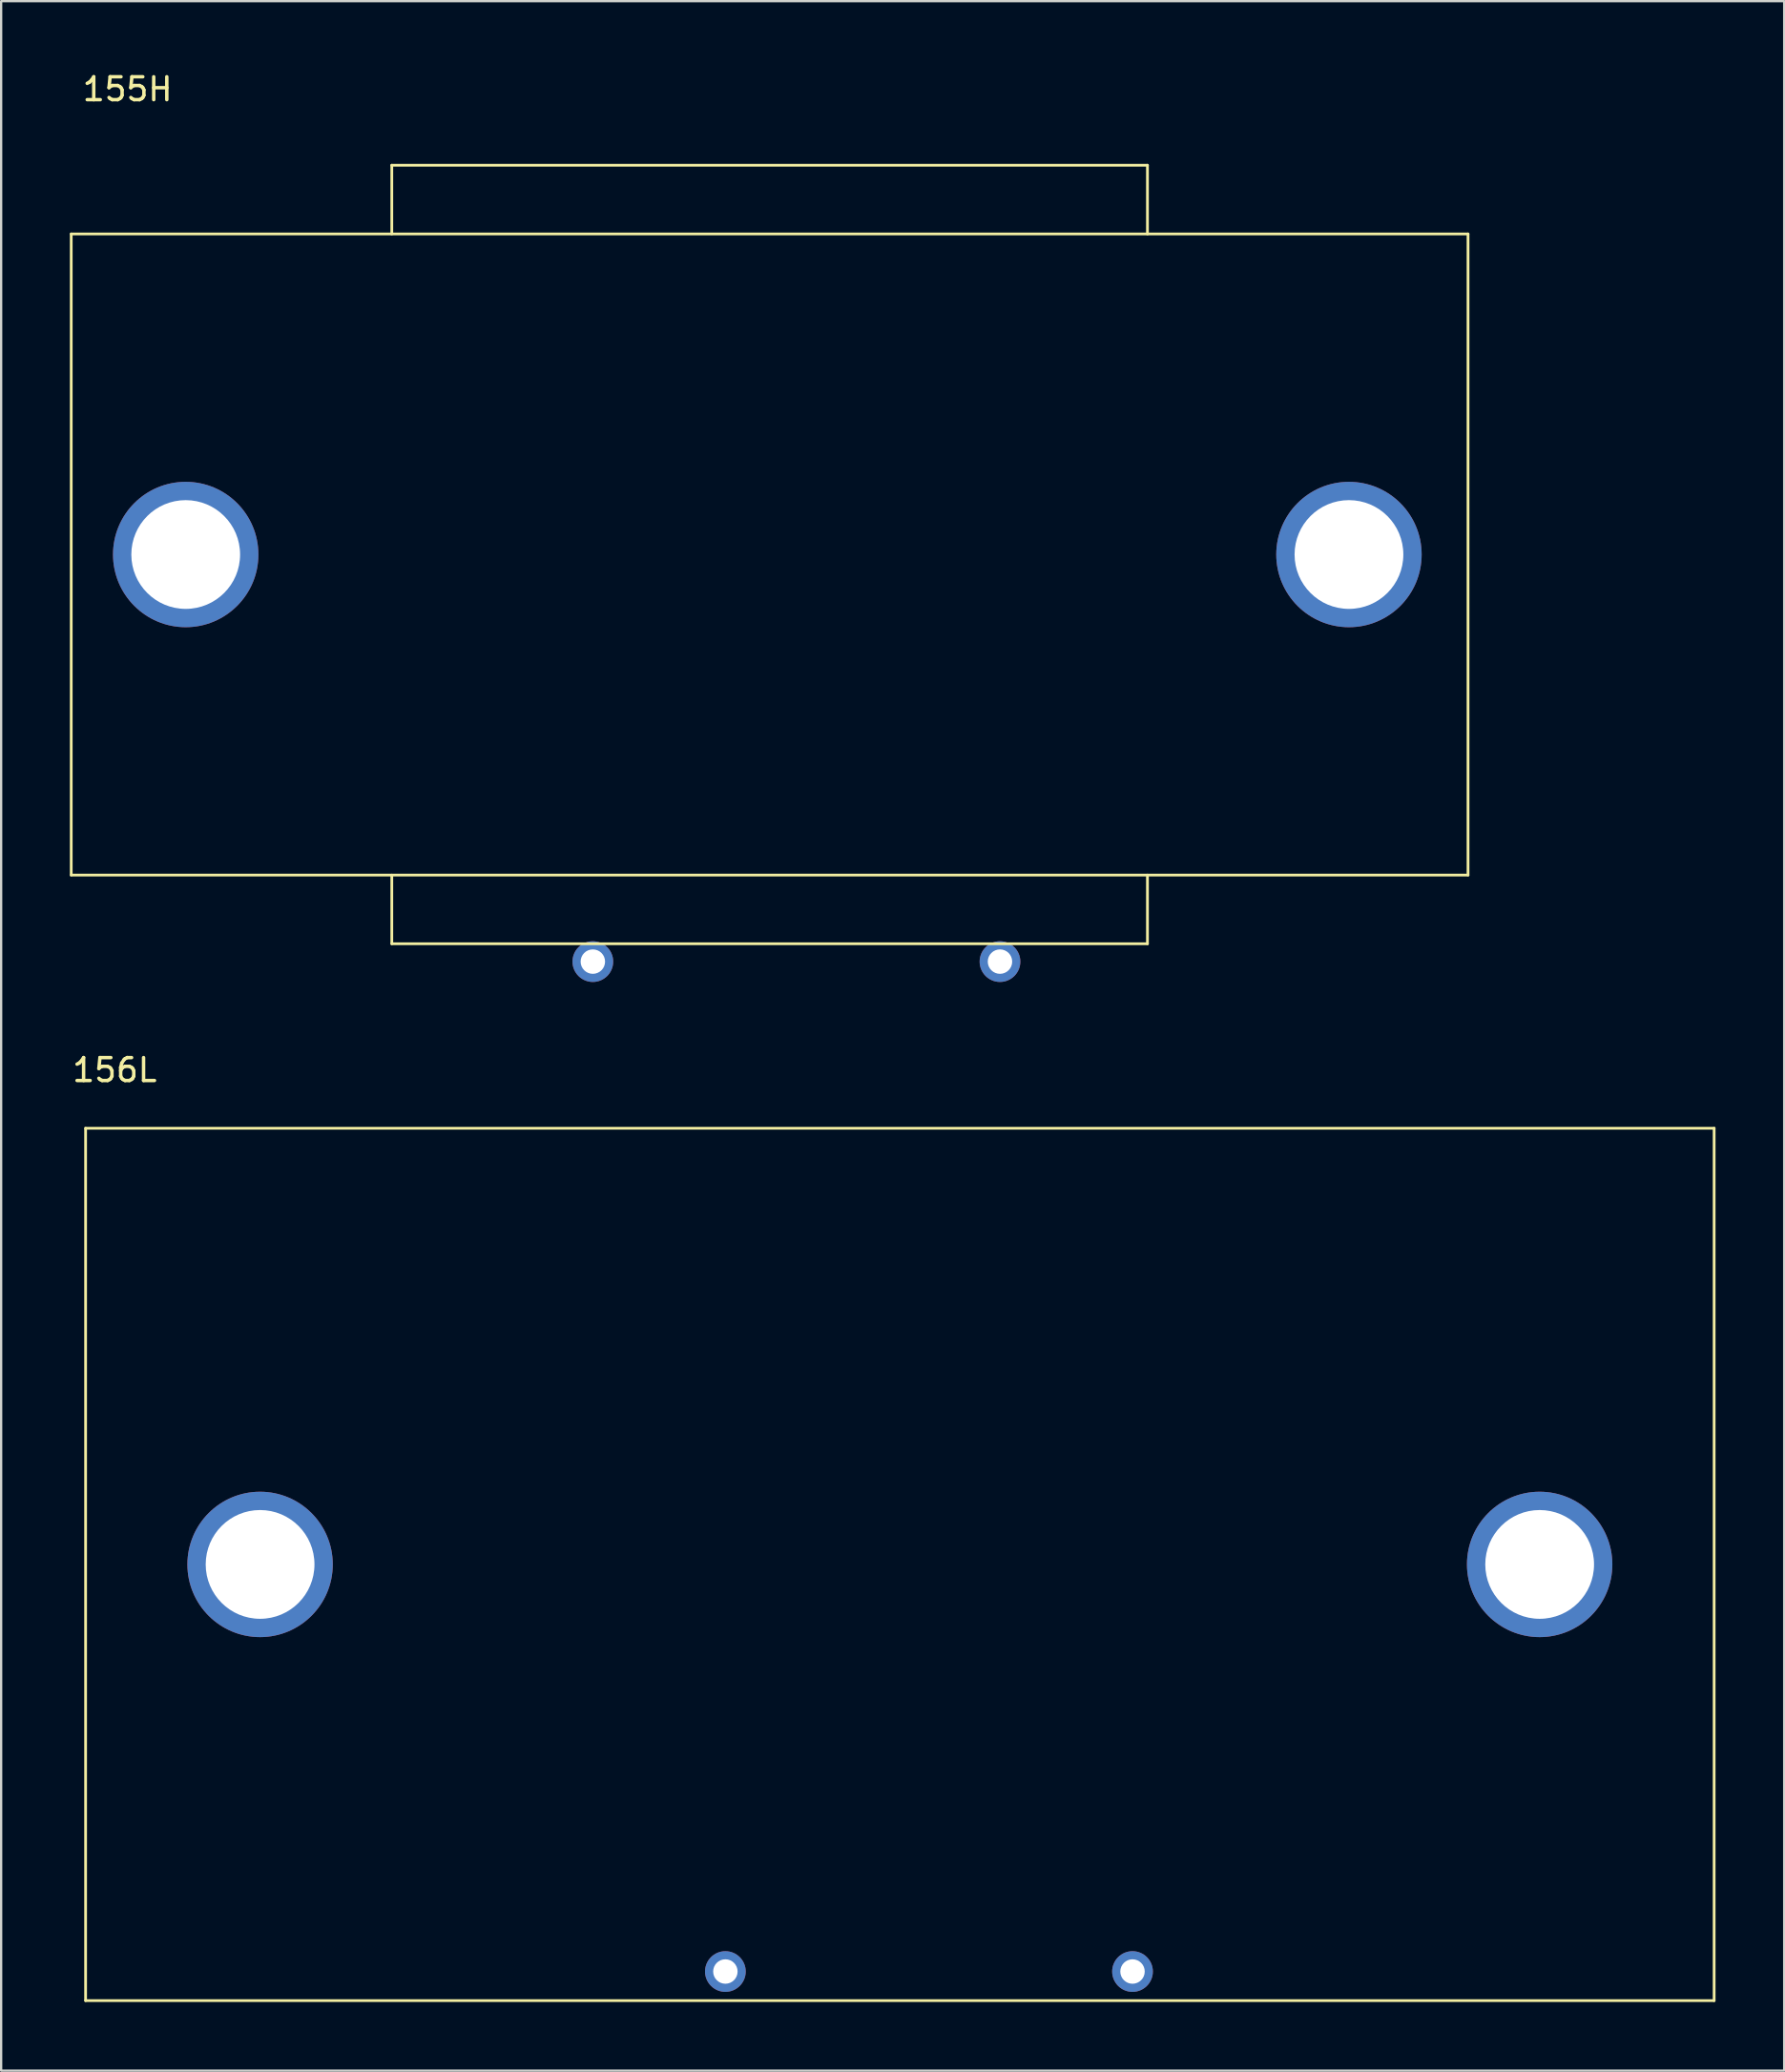
<source format=kicad_pcb>
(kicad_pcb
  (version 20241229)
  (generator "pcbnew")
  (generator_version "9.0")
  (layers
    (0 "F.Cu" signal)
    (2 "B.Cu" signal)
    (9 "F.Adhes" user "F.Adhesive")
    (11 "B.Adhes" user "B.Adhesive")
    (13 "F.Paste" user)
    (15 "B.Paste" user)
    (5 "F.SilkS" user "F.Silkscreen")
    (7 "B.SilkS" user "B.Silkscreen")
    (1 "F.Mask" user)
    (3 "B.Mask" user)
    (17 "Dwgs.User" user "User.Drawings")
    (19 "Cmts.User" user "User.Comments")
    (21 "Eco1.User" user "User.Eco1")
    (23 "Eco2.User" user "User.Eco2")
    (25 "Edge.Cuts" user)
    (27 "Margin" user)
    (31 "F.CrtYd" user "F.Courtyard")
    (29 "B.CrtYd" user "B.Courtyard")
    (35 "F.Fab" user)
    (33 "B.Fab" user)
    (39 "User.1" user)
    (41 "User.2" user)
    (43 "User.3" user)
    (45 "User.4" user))
  (footprint "156L"
    (layer "F.Cu")
    (at 10.848 65.275)
    (property "Reference" "156L" (at -8.89 -21.59 0) (layer "F.SilkS") (effects (font (size 1 1) (thickness 0.15))))
    (attr through_hole)
    (fp_line (start -10.16 -19.05) (end 60.96 -19.05) (stroke (width 0.12) (type solid)) (layer "F.SilkS"))
    (fp_line (start -10.16 19.05) (end -10.16 -19.05) (stroke (width 0.12) (type solid)) (layer "F.SilkS"))
    (fp_line (start -10.16 19.05) (end 60.96 19.05) (stroke (width 0.12) (type solid)) (layer "F.SilkS"))
    (fp_line (start 60.96 -19.05) (end 60.96 19.05) (stroke (width 0.12) (type solid)) (layer "F.SilkS"))
    (pad "3" thru_hole circle (at -2.54 0) (size 6.35 6.35) (drill 4.75) (layers "*.Cu" "*.Mask"))
    (pad "3" thru_hole circle (at 17.78 17.78) (size 1.778 1.778) (drill 1.067) (layers "*.Cu" "*.Mask"))
    (pad "4" thru_hole circle (at 53.34 0) (size 6.35 6.35) (drill 4.75) (layers "*.Cu" "*.Mask"))
    (pad "5" thru_hole circle (at 35.56 17.78) (size 1.778 1.778) (drill 1.067) (layers "*.Cu" "*.Mask")))
  (footprint "155H"
    (layer "F.Cu")
    (at 5.06 21.168)
    (property "Reference" "155H" (at -2.54 -20.32 0) (layer "F.SilkS") (effects (font (size 1 1) (thickness 0.15))))
    (attr through_hole)
    (fp_line (start -5 -14) (end 56 -14) (stroke (width 0.12) (type solid)) (layer "F.SilkS"))
    (fp_line (start -5 14) (end -5 -14) (stroke (width 0.12) (type solid)) (layer "F.SilkS"))
    (fp_line (start 9 -17) (end 42 -17) (stroke (width 0.12) (type solid)) (layer "F.SilkS"))
    (fp_line (start 9 -14) (end 9 -17) (stroke (width 0.12) (type solid)) (layer "F.SilkS"))
    (fp_line (start 9 14) (end 9 17) (stroke (width 0.12) (type solid)) (layer "F.SilkS"))
    (fp_line (start 9 17) (end 42 17) (stroke (width 0.12) (type solid)) (layer "F.SilkS"))
    (fp_line (start 42 -17) (end 42 -14) (stroke (width 0.12) (type solid)) (layer "F.SilkS"))
    (fp_line (start 42 17) (end 42 14) (stroke (width 0.12) (type solid)) (layer "F.SilkS"))
    (fp_line (start 56 -14) (end 56 14) (stroke (width 0.12) (type solid)) (layer "F.SilkS"))
    (fp_line (start 56 14) (end -5 14) (stroke (width 0.12) (type solid)) (layer "F.SilkS"))
    (pad "1" thru_hole circle (at 17.78 17.78) (size 1.778 1.778) (drill 1.067) (layers "*.Cu" "*.Mask"))
    (pad "2" thru_hole circle (at 35.56 17.78) (size 1.778 1.778) (drill 1.067) (layers "*.Cu" "*.Mask"))
    (pad "3" thru_hole circle (at 0 0) (size 6.35 6.35) (drill 4.75) (layers "*.Cu" "*.Mask"))
    (pad "4" thru_hole circle (at 50.8 0) (size 6.35 6.35) (drill 4.75) (layers "*.Cu" "*.Mask")))
  (gr_rect
    (start -3 -3)
    (end 74.868 87.385)
    (stroke (width 0.1) (type default))
    (fill no)
    (layer "Edge.Cuts")))
</source>
